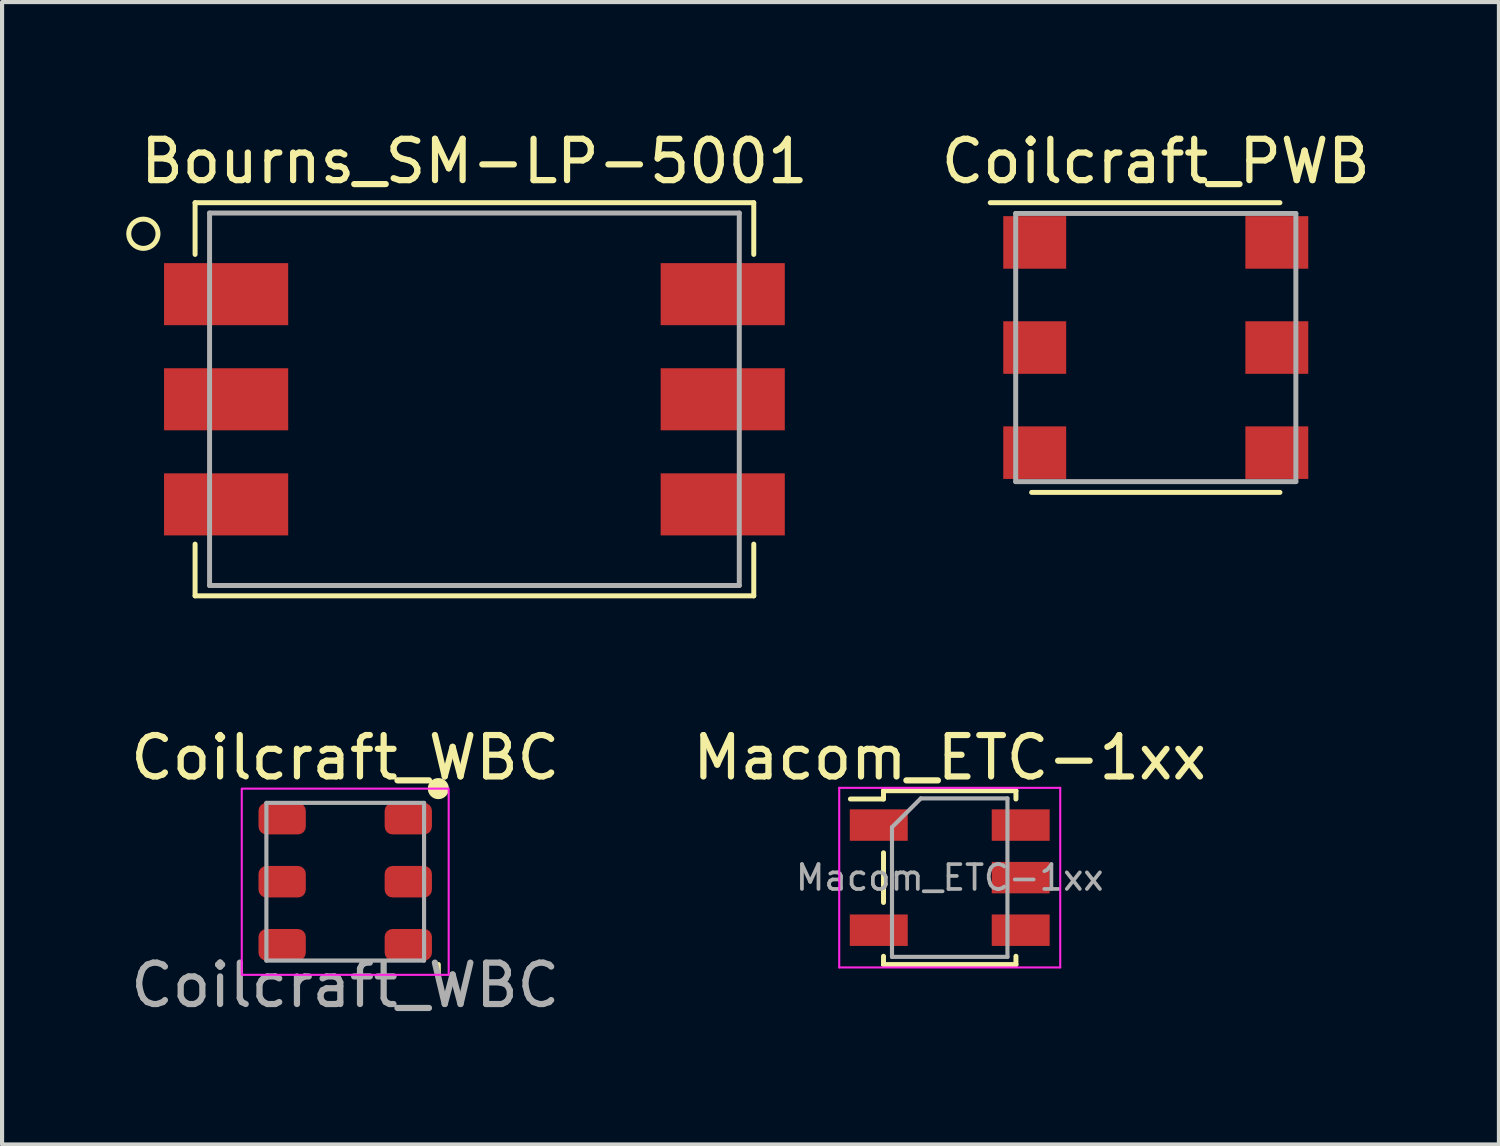
<source format=kicad_pcb>
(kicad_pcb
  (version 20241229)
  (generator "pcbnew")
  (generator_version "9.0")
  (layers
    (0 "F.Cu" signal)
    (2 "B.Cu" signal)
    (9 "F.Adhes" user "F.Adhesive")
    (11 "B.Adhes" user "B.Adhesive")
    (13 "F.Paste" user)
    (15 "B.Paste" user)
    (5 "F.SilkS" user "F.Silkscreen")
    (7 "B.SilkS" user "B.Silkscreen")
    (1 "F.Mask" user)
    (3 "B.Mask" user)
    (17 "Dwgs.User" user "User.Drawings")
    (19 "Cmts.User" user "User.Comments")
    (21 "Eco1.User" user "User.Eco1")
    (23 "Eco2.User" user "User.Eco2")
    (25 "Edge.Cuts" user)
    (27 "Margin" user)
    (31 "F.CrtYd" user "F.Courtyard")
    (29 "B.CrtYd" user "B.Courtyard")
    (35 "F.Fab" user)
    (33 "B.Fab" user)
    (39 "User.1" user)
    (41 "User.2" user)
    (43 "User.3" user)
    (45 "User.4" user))
  (footprint "Bourns_SM-LP-5001"
    (layer "F.Cu")
    (at 8.414 6.598)
    (property "Reference" "Bourns_SM-LP-5001" (at 0 -5.75 0) (layer "F.SilkS") (effects (font (size 1 1) (thickness 0.15))))
    (attr through_hole)
    (fp_line (start -6.75 -4.75) (end 6.75 -4.75) (stroke (width 0.12) (type solid)) (layer "F.SilkS"))
    (fp_line (start -6.75 -3.5) (end -6.75 -4.75) (stroke (width 0.12) (type solid)) (layer "F.SilkS"))
    (fp_line (start -6.75 3.5) (end -6.75 4.75) (stroke (width 0.12) (type solid)) (layer "F.SilkS"))
    (fp_line (start -6.75 4.75) (end 6.75 4.75) (stroke (width 0.12) (type solid)) (layer "F.SilkS"))
    (fp_line (start 6.75 -4.75) (end 6.75 -3.5) (stroke (width 0.12) (type solid)) (layer "F.SilkS"))
    (fp_line (start 6.75 4.75) (end 6.75 3.5) (stroke (width 0.12) (type solid)) (layer "F.SilkS"))
    (fp_circle (center -8 -4) (end -7.75 -4.25) (stroke (width 0.12) (type solid)) (fill no) (layer "F.SilkS"))
    (fp_line (start -6.4 -4.5) (end 6.4 -4.5) (stroke (width 0.12) (type solid)) (layer "F.Fab"))
    (fp_line (start -6.4 4.5) (end -6.4 -4.5) (stroke (width 0.12) (type solid)) (layer "F.Fab"))
    (fp_line (start 6.4 -4.5) (end 6.4 4.5) (stroke (width 0.12) (type solid)) (layer "F.Fab"))
    (fp_line (start 6.4 4.5) (end -6.4 4.5) (stroke (width 0.12) (type solid)) (layer "F.Fab"))
    (pad "1" smd rect (at -6 -2.54) (size 3 1.5) (layers "F.Cu" "F.Mask" "F.Paste"))
    (pad "2" smd rect (at -6 0) (size 3 1.5) (layers "F.Cu" "F.Mask" "F.Paste"))
    (pad "3" smd rect (at -6 2.54) (size 3 1.5) (layers "F.Cu" "F.Mask" "F.Paste"))
    (pad "4" smd rect (at 6 2.54) (size 3 1.5) (layers "F.Cu" "F.Mask" "F.Paste"))
    (pad "5" smd rect (at 6 0) (size 3 1.5) (layers "F.Cu" "F.Mask" "F.Paste"))
    (pad "6" smd rect (at 6 -2.54) (size 3 1.5) (layers "F.Cu" "F.Mask" "F.Paste")))
  (footprint "Macom_ETC-1xx"
    (layer "F.Cu")
    (at 19.899 18.157)
    (property "Reference" "Macom_ETC-1xx" (at 0 -2.9 0) (unlocked yes) (layer "F.SilkS") (effects (font (size 1 1) (thickness 0.15))))
    (fp_line (start -1.6 -2.1) (end -1.6 -1.9) (stroke (width 0.12) (type solid)) (layer "F.SilkS"))
    (fp_line (start -1.6 -1.9) (end -2.4 -1.9) (stroke (width 0.12) (type solid)) (layer "F.SilkS"))
    (fp_line (start -1.6 -0.6) (end -1.6 0.6) (stroke (width 0.12) (type solid)) (layer "F.SilkS"))
    (fp_line (start -1.6 1.9) (end -1.6 2.1) (stroke (width 0.12) (type solid)) (layer "F.SilkS"))
    (fp_line (start -1.6 2.1) (end 1.6 2.1) (stroke (width 0.12) (type solid)) (layer "F.SilkS"))
    (fp_line (start 1.6 -2.1) (end -1.6 -2.1) (stroke (width 0.12) (type solid)) (layer "F.SilkS"))
    (fp_line (start 1.6 -1.9) (end 1.6 -2.1) (stroke (width 0.12) (type solid)) (layer "F.SilkS"))
    (fp_line (start 1.6 2.1) (end 1.6 1.9) (stroke (width 0.12) (type solid)) (layer "F.SilkS"))
    (fp_line (start -2.67 -2.17) (end 2.67 -2.17) (stroke (width 0.05) (type solid)) (layer "F.CrtYd"))
    (fp_line (start -2.67 2.17) (end -2.67 -2.17) (stroke (width 0.05) (type solid)) (layer "F.CrtYd"))
    (fp_line (start 2.67 -2.17) (end 2.67 2.17) (stroke (width 0.05) (type solid)) (layer "F.CrtYd"))
    (fp_line (start 2.67 2.17) (end -2.67 2.17) (stroke (width 0.05) (type solid)) (layer "F.CrtYd"))
    (fp_line (start -1.395 -1.218) (end -0.698 -1.915) (stroke (width 0.1) (type solid)) (layer "F.Fab"))
    (fp_line (start -1.395 1.915) (end -1.395 -1.218) (stroke (width 0.1) (type solid)) (layer "F.Fab"))
    (fp_line (start -0.698 -1.915) (end 1.395 -1.915) (stroke (width 0.1) (type solid)) (layer "F.Fab"))
    (fp_line (start 1.395 -1.915) (end 1.395 1.915) (stroke (width 0.1) (type solid)) (layer "F.Fab"))
    (fp_line (start 1.395 1.915) (end -1.395 1.915) (stroke (width 0.1) (type solid)) (layer "F.Fab"))
    (fp_text user "${REFERENCE}" (at 0 0 0) (layer "F.Fab") (effects (font (size 0.6 0.6) (thickness 0.09))))
    (pad "1" smd rect (at -1.715 -1.27) (size 1.4 0.76) (layers "F.Cu" "F.Mask" "F.Paste"))
    (pad "2" smd rect (at -1.715 1.27) (size 1.4 0.76) (layers "F.Cu" "F.Mask" "F.Paste"))
    (pad "3" smd rect (at 1.715 1.27) (size 1.4 0.76) (layers "F.Cu" "F.Mask" "F.Paste"))
    (pad "4" smd rect (at 1.715 0) (size 1.4 0.76) (layers "F.Cu" "F.Mask" "F.Paste"))
    (pad "5" smd rect (at 1.715 -1.27) (size 1.4 0.76) (layers "F.Cu" "F.Mask" "F.Paste")))
  (footprint "Coilcraft_PWB"
    (layer "F.Cu")
    (at 24.878 5.348)
    (property "Reference" "Coilcraft_PWB" (at 0 -4.5 0) (layer "F.SilkS") (effects (font (size 1 1) (thickness 0.15))))
    (attr through_hole)
    (fp_line (start -4 -3.5) (end 3 -3.5) (stroke (width 0.12) (type solid)) (layer "F.SilkS"))
    (fp_line (start 3 3.5) (end -3 3.5) (stroke (width 0.12) (type solid)) (layer "F.SilkS"))
    (fp_line (start -3.385 -3.24) (end -3.385 3.24) (stroke (width 0.12) (type solid)) (layer "F.Fab"))
    (fp_line (start -3.385 3.24) (end 3.385 3.24) (stroke (width 0.12) (type solid)) (layer "F.Fab"))
    (fp_line (start 3.385 -3.24) (end -3.385 -3.24) (stroke (width 0.12) (type solid)) (layer "F.Fab"))
    (fp_line (start 3.385 3.24) (end 3.385 -3.24) (stroke (width 0.12) (type solid)) (layer "F.Fab"))
    (pad "1" smd rect (at -2.925 -2.54) (size 1.52 1.27) (layers "F.Cu" "F.Mask" "F.Paste"))
    (pad "2" smd rect (at -2.925 0) (size 1.52 1.27) (layers "F.Cu" "F.Mask" "F.Paste"))
    (pad "3" smd rect (at -2.925 2.54) (size 1.52 1.27) (layers "F.Cu" "F.Mask" "F.Paste"))
    (pad "4" smd rect (at 2.925 2.54) (size 1.52 1.27) (layers "F.Cu" "F.Mask" "F.Paste"))
    (pad "5" smd rect (at 2.925 0) (size 1.52 1.27) (layers "F.Cu" "F.Mask" "F.Paste"))
    (pad "6" smd rect (at 2.925 -2.54) (size 1.52 1.27) (layers "F.Cu" "F.Mask" "F.Paste")))
  (footprint "Coilcraft_WBC"
    (layer "F.Cu")
    (at 5.292 18.256)
    (property "Reference" "Coilcraft_WBC" (at 0 -3 0) (unlocked yes) (layer "F.SilkS") (effects (font (size 1 1) (thickness 0.15))))
    (attr smd)
    (fp_line (start 2.25 2) (end 2.25 2.25) (stroke (width 0.12) (type solid)) (layer "F.SilkS"))
    (fp_circle (center 2.25 -2.25) (end 2.5 -2.25) (stroke (width 0.01) (type solid)) (fill yes) (layer "F.SilkS"))
    (fp_rect (start -2.5 -2.25) (end 2.5 2.25) (stroke (width 0.05) (type default)) (fill no) (layer "F.CrtYd"))
    (fp_line (start -1.905 -1.905) (end 1.905 -1.905) (stroke (width 0.1) (type default)) (layer "F.Fab"))
    (fp_line (start -1.905 1.905) (end -1.905 -1.905) (stroke (width 0.1) (type default)) (layer "F.Fab"))
    (fp_line (start 1.905 -1.905) (end 1.905 1.905) (stroke (width 0.1) (type default)) (layer "F.Fab"))
    (fp_line (start 1.905 1.905) (end -1.905 1.905) (stroke (width 0.1) (type default)) (layer "F.Fab"))
    (fp_text user "${REFERENCE}" (at 0 2.5 0) (unlocked yes) (layer "F.Fab") (effects (font (size 1 1) (thickness 0.15))))
    (pad "1" smd roundrect (at 1.524 -1.524) (size 1.143 0.762) (layers "F.Cu" "F.Mask" "F.Paste") (roundrect_rratio 0.25))
    (pad "2" smd roundrect (at 1.524 0) (size 1.143 0.762) (layers "F.Cu" "F.Mask" "F.Paste") (roundrect_rratio 0.25))
    (pad "3" smd roundrect (at 1.524 1.524) (size 1.143 0.762) (layers "F.Cu" "F.Mask" "F.Paste") (roundrect_rratio 0.25))
    (pad "4" smd roundrect (at -1.524 1.524) (size 1.143 0.762) (layers "F.Cu" "F.Mask" "F.Paste") (roundrect_rratio 0.25))
    (pad "5" smd roundrect (at -1.524 0) (size 1.143 0.762) (layers "F.Cu" "F.Mask" "F.Paste") (roundrect_rratio 0.25))
    (pad "6" smd roundrect (at -1.524 -1.524) (size 1.143 0.762) (layers "F.Cu" "F.Mask" "F.Paste") (roundrect_rratio 0.25)))
  (gr_rect
    (start -3 -3)
    (end 33.17 24.605)
    (stroke (width 0.1) (type default))
    (fill no)
    (layer "Edge.Cuts")))
</source>
